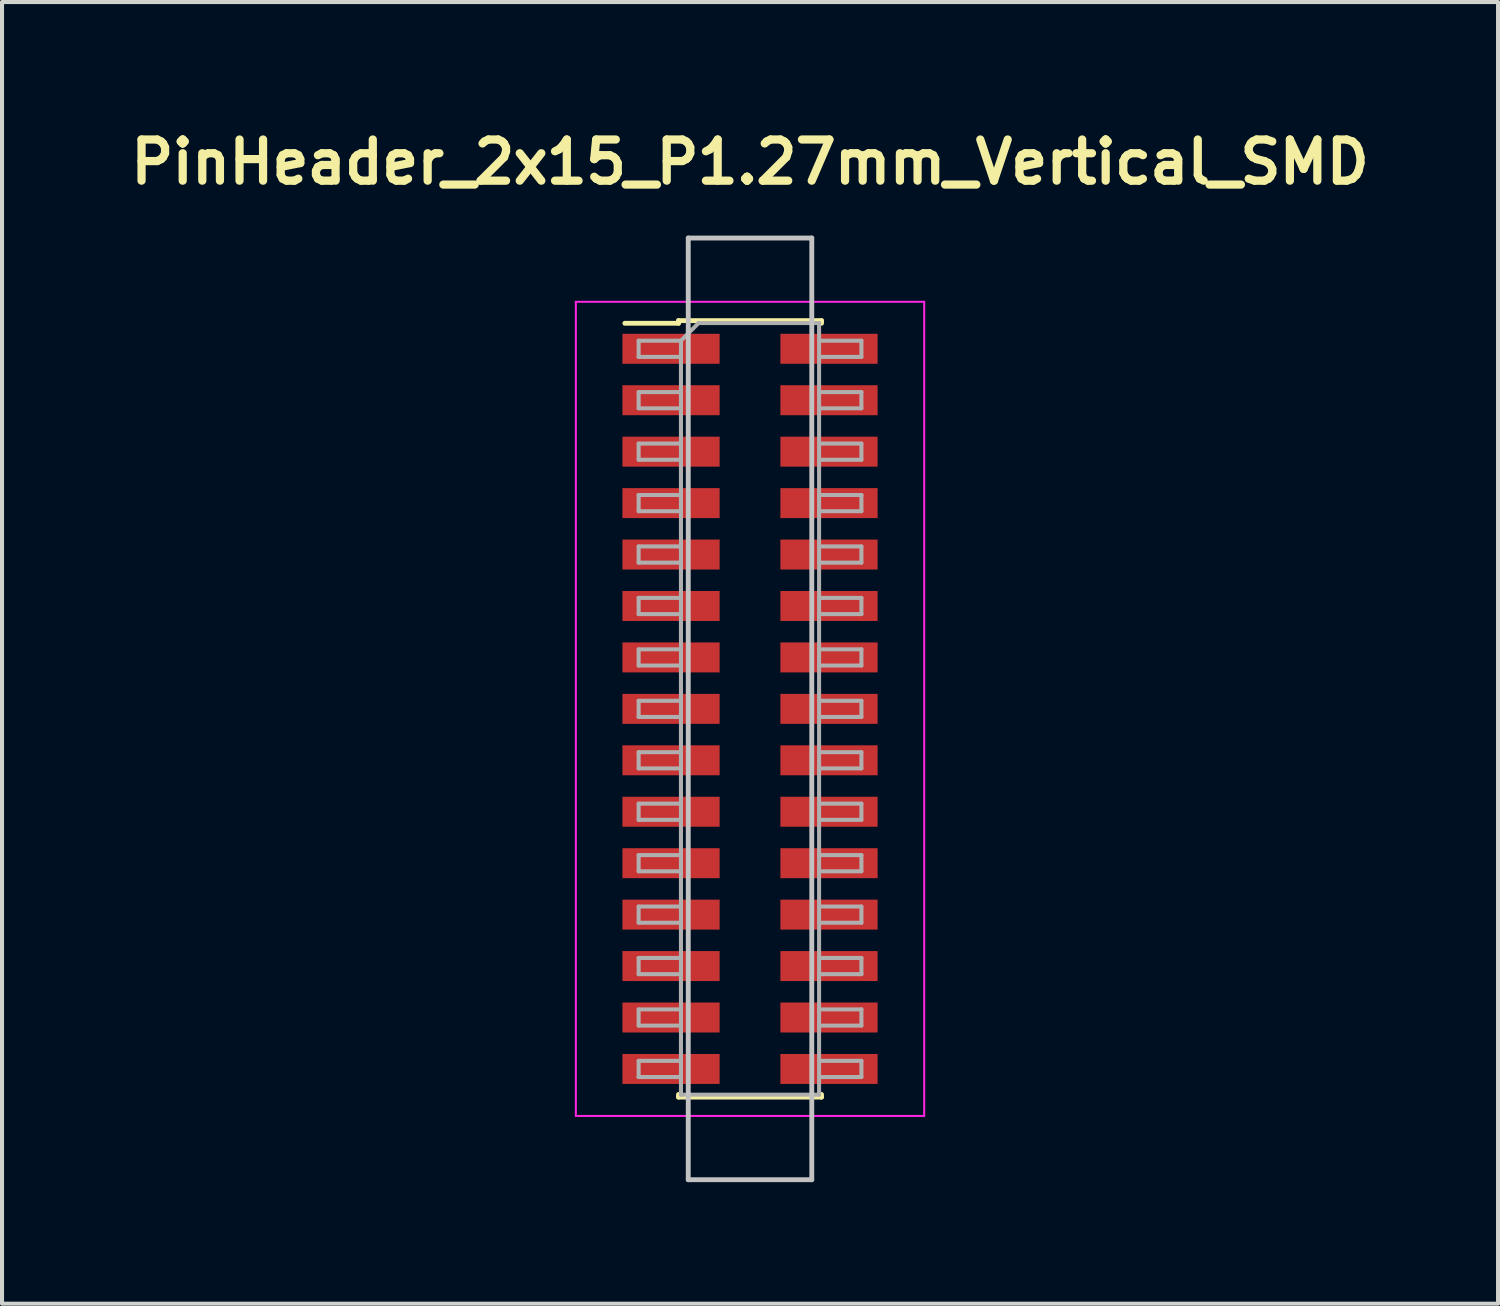
<source format=kicad_pcb>
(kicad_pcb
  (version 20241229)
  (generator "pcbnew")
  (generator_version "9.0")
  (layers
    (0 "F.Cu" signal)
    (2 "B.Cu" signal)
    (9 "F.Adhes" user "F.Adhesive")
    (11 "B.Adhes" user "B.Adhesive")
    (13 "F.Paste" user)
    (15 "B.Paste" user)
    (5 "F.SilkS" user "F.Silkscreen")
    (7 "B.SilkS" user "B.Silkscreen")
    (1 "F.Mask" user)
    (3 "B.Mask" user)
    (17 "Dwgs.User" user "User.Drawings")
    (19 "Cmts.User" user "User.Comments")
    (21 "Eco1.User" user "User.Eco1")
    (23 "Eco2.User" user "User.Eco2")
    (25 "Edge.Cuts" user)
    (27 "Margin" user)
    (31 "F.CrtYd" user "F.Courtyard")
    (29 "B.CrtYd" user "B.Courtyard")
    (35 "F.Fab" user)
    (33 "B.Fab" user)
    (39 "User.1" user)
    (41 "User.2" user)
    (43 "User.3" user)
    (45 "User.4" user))
  (footprint "PinHeader_2x15_P1.27mm_Vertical_SMD"
    (layer "F.Cu")
    (at 15.467 14.451)
    (property "Reference" "PinHeader_2x15_P1.27mm_Vertical_SMD" (at 0 -13.5 0) (layer "F.SilkS") (effects (font (size 1.016 1.016) (thickness 0.203))))
    (attr smd)
    (fp_line (start -3.09 -9.52) (end -1.765 -9.52) (stroke (width 0.12) (type solid)) (layer "F.SilkS"))
    (fp_line (start -1.765 -9.585) (end -1.765 -9.52) (stroke (width 0.12) (type solid)) (layer "F.SilkS"))
    (fp_line (start -1.765 -9.585) (end 1.765 -9.585) (stroke (width 0.12) (type solid)) (layer "F.SilkS"))
    (fp_line (start -1.765 9.52) (end -1.765 9.585) (stroke (width 0.12) (type solid)) (layer "F.SilkS"))
    (fp_line (start -1.765 9.585) (end 1.765 9.585) (stroke (width 0.12) (type solid)) (layer "F.SilkS"))
    (fp_line (start 1.765 -9.585) (end 1.765 -9.52) (stroke (width 0.12) (type solid)) (layer "F.SilkS"))
    (fp_line (start 1.765 9.52) (end 1.765 9.585) (stroke (width 0.12) (type solid)) (layer "F.SilkS"))
    (fp_line (start -1.525 -11.625) (end 1.525 -11.625) (stroke (width 0.12) (type default)) (layer "Dwgs.User"))
    (fp_line (start -1.525 11.625) (end -1.525 -11.625) (stroke (width 0.12) (type default)) (layer "Dwgs.User"))
    (fp_line (start -1.525 11.625) (end 1.525 11.625) (stroke (width 0.12) (type default)) (layer "Dwgs.User"))
    (fp_line (start 1.525 -11.625) (end 1.525 11.625) (stroke (width 0.12) (type default)) (layer "Dwgs.User"))
    (fp_line (start -4.3 -10.05) (end -4.3 10.05) (stroke (width 0.05) (type solid)) (layer "F.CrtYd"))
    (fp_line (start -4.3 10.05) (end 4.3 10.05) (stroke (width 0.05) (type solid)) (layer "F.CrtYd"))
    (fp_line (start 4.3 -10.05) (end -4.3 -10.05) (stroke (width 0.05) (type solid)) (layer "F.CrtYd"))
    (fp_line (start 4.3 10.05) (end 4.3 -10.05) (stroke (width 0.05) (type solid)) (layer "F.CrtYd"))
    (fp_line (start -2.75 -9.09) (end -2.75 -8.69) (stroke (width 0.1) (type solid)) (layer "F.Fab"))
    (fp_line (start -2.75 -8.69) (end -1.705 -8.69) (stroke (width 0.1) (type solid)) (layer "F.Fab"))
    (fp_line (start -2.75 -7.82) (end -2.75 -7.42) (stroke (width 0.1) (type solid)) (layer "F.Fab"))
    (fp_line (start -2.75 -7.42) (end -1.705 -7.42) (stroke (width 0.1) (type solid)) (layer "F.Fab"))
    (fp_line (start -2.75 -6.55) (end -2.75 -6.15) (stroke (width 0.1) (type solid)) (layer "F.Fab"))
    (fp_line (start -2.75 -6.15) (end -1.705 -6.15) (stroke (width 0.1) (type solid)) (layer "F.Fab"))
    (fp_line (start -2.75 -5.28) (end -2.75 -4.88) (stroke (width 0.1) (type solid)) (layer "F.Fab"))
    (fp_line (start -2.75 -4.88) (end -1.705 -4.88) (stroke (width 0.1) (type solid)) (layer "F.Fab"))
    (fp_line (start -2.75 -4.01) (end -2.75 -3.61) (stroke (width 0.1) (type solid)) (layer "F.Fab"))
    (fp_line (start -2.75 -3.61) (end -1.705 -3.61) (stroke (width 0.1) (type solid)) (layer "F.Fab"))
    (fp_line (start -2.75 -2.74) (end -2.75 -2.34) (stroke (width 0.1) (type solid)) (layer "F.Fab"))
    (fp_line (start -2.75 -2.34) (end -1.705 -2.34) (stroke (width 0.1) (type solid)) (layer "F.Fab"))
    (fp_line (start -2.75 -1.47) (end -2.75 -1.07) (stroke (width 0.1) (type solid)) (layer "F.Fab"))
    (fp_line (start -2.75 -1.07) (end -1.705 -1.07) (stroke (width 0.1) (type solid)) (layer "F.Fab"))
    (fp_line (start -2.75 -0.2) (end -2.75 0.2) (stroke (width 0.1) (type solid)) (layer "F.Fab"))
    (fp_line (start -2.75 0.2) (end -1.705 0.2) (stroke (width 0.1) (type solid)) (layer "F.Fab"))
    (fp_line (start -2.75 1.07) (end -2.75 1.47) (stroke (width 0.1) (type solid)) (layer "F.Fab"))
    (fp_line (start -2.75 1.47) (end -1.705 1.47) (stroke (width 0.1) (type solid)) (layer "F.Fab"))
    (fp_line (start -2.75 2.34) (end -2.75 2.74) (stroke (width 0.1) (type solid)) (layer "F.Fab"))
    (fp_line (start -2.75 2.74) (end -1.705 2.74) (stroke (width 0.1) (type solid)) (layer "F.Fab"))
    (fp_line (start -2.75 3.61) (end -2.75 4.01) (stroke (width 0.1) (type solid)) (layer "F.Fab"))
    (fp_line (start -2.75 4.01) (end -1.705 4.01) (stroke (width 0.1) (type solid)) (layer "F.Fab"))
    (fp_line (start -2.75 4.88) (end -2.75 5.28) (stroke (width 0.1) (type solid)) (layer "F.Fab"))
    (fp_line (start -2.75 5.28) (end -1.705 5.28) (stroke (width 0.1) (type solid)) (layer "F.Fab"))
    (fp_line (start -2.75 6.15) (end -2.75 6.55) (stroke (width 0.1) (type solid)) (layer "F.Fab"))
    (fp_line (start -2.75 6.55) (end -1.705 6.55) (stroke (width 0.1) (type solid)) (layer "F.Fab"))
    (fp_line (start -2.75 7.42) (end -2.75 7.82) (stroke (width 0.1) (type solid)) (layer "F.Fab"))
    (fp_line (start -2.75 7.82) (end -1.705 7.82) (stroke (width 0.1) (type solid)) (layer "F.Fab"))
    (fp_line (start -2.75 8.69) (end -2.75 9.09) (stroke (width 0.1) (type solid)) (layer "F.Fab"))
    (fp_line (start -2.75 9.09) (end -1.705 9.09) (stroke (width 0.1) (type solid)) (layer "F.Fab"))
    (fp_line (start -1.705 -9.09) (end -2.75 -9.09) (stroke (width 0.1) (type solid)) (layer "F.Fab"))
    (fp_line (start -1.705 -9.09) (end -1.27 -9.525) (stroke (width 0.1) (type solid)) (layer "F.Fab"))
    (fp_line (start -1.705 -7.82) (end -2.75 -7.82) (stroke (width 0.1) (type solid)) (layer "F.Fab"))
    (fp_line (start -1.705 -6.55) (end -2.75 -6.55) (stroke (width 0.1) (type solid)) (layer "F.Fab"))
    (fp_line (start -1.705 -5.28) (end -2.75 -5.28) (stroke (width 0.1) (type solid)) (layer "F.Fab"))
    (fp_line (start -1.705 -4.01) (end -2.75 -4.01) (stroke (width 0.1) (type solid)) (layer "F.Fab"))
    (fp_line (start -1.705 -2.74) (end -2.75 -2.74) (stroke (width 0.1) (type solid)) (layer "F.Fab"))
    (fp_line (start -1.705 -1.47) (end -2.75 -1.47) (stroke (width 0.1) (type solid)) (layer "F.Fab"))
    (fp_line (start -1.705 -0.2) (end -2.75 -0.2) (stroke (width 0.1) (type solid)) (layer "F.Fab"))
    (fp_line (start -1.705 1.07) (end -2.75 1.07) (stroke (width 0.1) (type solid)) (layer "F.Fab"))
    (fp_line (start -1.705 2.34) (end -2.75 2.34) (stroke (width 0.1) (type solid)) (layer "F.Fab"))
    (fp_line (start -1.705 3.61) (end -2.75 3.61) (stroke (width 0.1) (type solid)) (layer "F.Fab"))
    (fp_line (start -1.705 4.88) (end -2.75 4.88) (stroke (width 0.1) (type solid)) (layer "F.Fab"))
    (fp_line (start -1.705 6.15) (end -2.75 6.15) (stroke (width 0.1) (type solid)) (layer "F.Fab"))
    (fp_line (start -1.705 7.42) (end -2.75 7.42) (stroke (width 0.1) (type solid)) (layer "F.Fab"))
    (fp_line (start -1.705 8.69) (end -2.75 8.69) (stroke (width 0.1) (type solid)) (layer "F.Fab"))
    (fp_line (start -1.705 9.525) (end -1.705 -9.09) (stroke (width 0.1) (type solid)) (layer "F.Fab"))
    (fp_line (start -1.27 -9.525) (end 1.705 -9.525) (stroke (width 0.1) (type solid)) (layer "F.Fab"))
    (fp_line (start 1.705 -9.525) (end 1.705 9.525) (stroke (width 0.1) (type solid)) (layer "F.Fab"))
    (fp_line (start 1.705 -9.09) (end 2.75 -9.09) (stroke (width 0.1) (type solid)) (layer "F.Fab"))
    (fp_line (start 1.705 -7.82) (end 2.75 -7.82) (stroke (width 0.1) (type solid)) (layer "F.Fab"))
    (fp_line (start 1.705 -6.55) (end 2.75 -6.55) (stroke (width 0.1) (type solid)) (layer "F.Fab"))
    (fp_line (start 1.705 -5.28) (end 2.75 -5.28) (stroke (width 0.1) (type solid)) (layer "F.Fab"))
    (fp_line (start 1.705 -4.01) (end 2.75 -4.01) (stroke (width 0.1) (type solid)) (layer "F.Fab"))
    (fp_line (start 1.705 -2.74) (end 2.75 -2.74) (stroke (width 0.1) (type solid)) (layer "F.Fab"))
    (fp_line (start 1.705 -1.47) (end 2.75 -1.47) (stroke (width 0.1) (type solid)) (layer "F.Fab"))
    (fp_line (start 1.705 -0.2) (end 2.75 -0.2) (stroke (width 0.1) (type solid)) (layer "F.Fab"))
    (fp_line (start 1.705 1.07) (end 2.75 1.07) (stroke (width 0.1) (type solid)) (layer "F.Fab"))
    (fp_line (start 1.705 2.34) (end 2.75 2.34) (stroke (width 0.1) (type solid)) (layer "F.Fab"))
    (fp_line (start 1.705 3.61) (end 2.75 3.61) (stroke (width 0.1) (type solid)) (layer "F.Fab"))
    (fp_line (start 1.705 4.88) (end 2.75 4.88) (stroke (width 0.1) (type solid)) (layer "F.Fab"))
    (fp_line (start 1.705 6.15) (end 2.75 6.15) (stroke (width 0.1) (type solid)) (layer "F.Fab"))
    (fp_line (start 1.705 7.42) (end 2.75 7.42) (stroke (width 0.1) (type solid)) (layer "F.Fab"))
    (fp_line (start 1.705 8.69) (end 2.75 8.69) (stroke (width 0.1) (type solid)) (layer "F.Fab"))
    (fp_line (start 1.705 9.525) (end -1.705 9.525) (stroke (width 0.1) (type solid)) (layer "F.Fab"))
    (fp_line (start 2.75 -9.09) (end 2.75 -8.69) (stroke (width 0.1) (type solid)) (layer "F.Fab"))
    (fp_line (start 2.75 -8.69) (end 1.705 -8.69) (stroke (width 0.1) (type solid)) (layer "F.Fab"))
    (fp_line (start 2.75 -7.82) (end 2.75 -7.42) (stroke (width 0.1) (type solid)) (layer "F.Fab"))
    (fp_line (start 2.75 -7.42) (end 1.705 -7.42) (stroke (width 0.1) (type solid)) (layer "F.Fab"))
    (fp_line (start 2.75 -6.55) (end 2.75 -6.15) (stroke (width 0.1) (type solid)) (layer "F.Fab"))
    (fp_line (start 2.75 -6.15) (end 1.705 -6.15) (stroke (width 0.1) (type solid)) (layer "F.Fab"))
    (fp_line (start 2.75 -5.28) (end 2.75 -4.88) (stroke (width 0.1) (type solid)) (layer "F.Fab"))
    (fp_line (start 2.75 -4.88) (end 1.705 -4.88) (stroke (width 0.1) (type solid)) (layer "F.Fab"))
    (fp_line (start 2.75 -4.01) (end 2.75 -3.61) (stroke (width 0.1) (type solid)) (layer "F.Fab"))
    (fp_line (start 2.75 -3.61) (end 1.705 -3.61) (stroke (width 0.1) (type solid)) (layer "F.Fab"))
    (fp_line (start 2.75 -2.74) (end 2.75 -2.34) (stroke (width 0.1) (type solid)) (layer "F.Fab"))
    (fp_line (start 2.75 -2.34) (end 1.705 -2.34) (stroke (width 0.1) (type solid)) (layer "F.Fab"))
    (fp_line (start 2.75 -1.47) (end 2.75 -1.07) (stroke (width 0.1) (type solid)) (layer "F.Fab"))
    (fp_line (start 2.75 -1.07) (end 1.705 -1.07) (stroke (width 0.1) (type solid)) (layer "F.Fab"))
    (fp_line (start 2.75 -0.2) (end 2.75 0.2) (stroke (width 0.1) (type solid)) (layer "F.Fab"))
    (fp_line (start 2.75 0.2) (end 1.705 0.2) (stroke (width 0.1) (type solid)) (layer "F.Fab"))
    (fp_line (start 2.75 1.07) (end 2.75 1.47) (stroke (width 0.1) (type solid)) (layer "F.Fab"))
    (fp_line (start 2.75 1.47) (end 1.705 1.47) (stroke (width 0.1) (type solid)) (layer "F.Fab"))
    (fp_line (start 2.75 2.34) (end 2.75 2.74) (stroke (width 0.1) (type solid)) (layer "F.Fab"))
    (fp_line (start 2.75 2.74) (end 1.705 2.74) (stroke (width 0.1) (type solid)) (layer "F.Fab"))
    (fp_line (start 2.75 3.61) (end 2.75 4.01) (stroke (width 0.1) (type solid)) (layer "F.Fab"))
    (fp_line (start 2.75 4.01) (end 1.705 4.01) (stroke (width 0.1) (type solid)) (layer "F.Fab"))
    (fp_line (start 2.75 4.88) (end 2.75 5.28) (stroke (width 0.1) (type solid)) (layer "F.Fab"))
    (fp_line (start 2.75 5.28) (end 1.705 5.28) (stroke (width 0.1) (type solid)) (layer "F.Fab"))
    (fp_line (start 2.75 6.15) (end 2.75 6.55) (stroke (width 0.1) (type solid)) (layer "F.Fab"))
    (fp_line (start 2.75 6.55) (end 1.705 6.55) (stroke (width 0.1) (type solid)) (layer "F.Fab"))
    (fp_line (start 2.75 7.42) (end 2.75 7.82) (stroke (width 0.1) (type solid)) (layer "F.Fab"))
    (fp_line (start 2.75 7.82) (end 1.705 7.82) (stroke (width 0.1) (type solid)) (layer "F.Fab"))
    (fp_line (start 2.75 8.69) (end 2.75 9.09) (stroke (width 0.1) (type solid)) (layer "F.Fab"))
    (fp_line (start 2.75 9.09) (end 1.705 9.09) (stroke (width 0.1) (type solid)) (layer "F.Fab"))
    (pad "1" smd rect (at -1.95 -8.89) (size 2.4 0.74) (layers "F.Cu" "F.Mask" "F.Paste"))
    (pad "2" smd rect (at 1.95 -8.89) (size 2.4 0.74) (layers "F.Cu" "F.Mask" "F.Paste"))
    (pad "3" smd rect (at -1.95 -7.62) (size 2.4 0.74) (layers "F.Cu" "F.Mask" "F.Paste"))
    (pad "4" smd rect (at 1.95 -7.62) (size 2.4 0.74) (layers "F.Cu" "F.Mask" "F.Paste"))
    (pad "5" smd rect (at -1.95 -6.35) (size 2.4 0.74) (layers "F.Cu" "F.Mask" "F.Paste"))
    (pad "6" smd rect (at 1.95 -6.35) (size 2.4 0.74) (layers "F.Cu" "F.Mask" "F.Paste"))
    (pad "7" smd rect (at -1.95 -5.08) (size 2.4 0.74) (layers "F.Cu" "F.Mask" "F.Paste"))
    (pad "8" smd rect (at 1.95 -5.08) (size 2.4 0.74) (layers "F.Cu" "F.Mask" "F.Paste"))
    (pad "9" smd rect (at -1.95 -3.81) (size 2.4 0.74) (layers "F.Cu" "F.Mask" "F.Paste"))
    (pad "10" smd rect (at 1.95 -3.81) (size 2.4 0.74) (layers "F.Cu" "F.Mask" "F.Paste"))
    (pad "11" smd rect (at -1.95 -2.54) (size 2.4 0.74) (layers "F.Cu" "F.Mask" "F.Paste"))
    (pad "12" smd rect (at 1.95 -2.54) (size 2.4 0.74) (layers "F.Cu" "F.Mask" "F.Paste"))
    (pad "13" smd rect (at -1.95 -1.27) (size 2.4 0.74) (layers "F.Cu" "F.Mask" "F.Paste"))
    (pad "14" smd rect (at 1.95 -1.27) (size 2.4 0.74) (layers "F.Cu" "F.Mask" "F.Paste"))
    (pad "15" smd rect (at -1.95 0) (size 2.4 0.74) (layers "F.Cu" "F.Mask" "F.Paste"))
    (pad "16" smd rect (at 1.95 0) (size 2.4 0.74) (layers "F.Cu" "F.Mask" "F.Paste"))
    (pad "17" smd rect (at -1.95 1.27) (size 2.4 0.74) (layers "F.Cu" "F.Mask" "F.Paste"))
    (pad "18" smd rect (at 1.95 1.27) (size 2.4 0.74) (layers "F.Cu" "F.Mask" "F.Paste"))
    (pad "19" smd rect (at -1.95 2.54) (size 2.4 0.74) (layers "F.Cu" "F.Mask" "F.Paste"))
    (pad "20" smd rect (at 1.95 2.54) (size 2.4 0.74) (layers "F.Cu" "F.Mask" "F.Paste"))
    (pad "21" smd rect (at -1.95 3.81) (size 2.4 0.74) (layers "F.Cu" "F.Mask" "F.Paste"))
    (pad "22" smd rect (at 1.95 3.81) (size 2.4 0.74) (layers "F.Cu" "F.Mask" "F.Paste"))
    (pad "23" smd rect (at -1.95 5.08) (size 2.4 0.74) (layers "F.Cu" "F.Mask" "F.Paste"))
    (pad "24" smd rect (at 1.95 5.08) (size 2.4 0.74) (layers "F.Cu" "F.Mask" "F.Paste"))
    (pad "25" smd rect (at -1.95 6.35) (size 2.4 0.74) (layers "F.Cu" "F.Mask" "F.Paste"))
    (pad "26" smd rect (at 1.95 6.35) (size 2.4 0.74) (layers "F.Cu" "F.Mask" "F.Paste"))
    (pad "27" smd rect (at -1.95 7.62) (size 2.4 0.74) (layers "F.Cu" "F.Mask" "F.Paste"))
    (pad "28" smd rect (at 1.95 7.62) (size 2.4 0.74) (layers "F.Cu" "F.Mask" "F.Paste"))
    (pad "29" smd rect (at -1.95 8.89) (size 2.4 0.74) (layers "F.Cu" "F.Mask" "F.Paste"))
    (pad "30" smd rect (at 1.95 8.89) (size 2.4 0.74) (layers "F.Cu" "F.Mask" "F.Paste")))
  (gr_rect
    (start -3 -3)
    (end 33.935 29.136)
    (stroke (width 0.1) (type default))
    (fill no)
    (layer "Edge.Cuts")))
</source>
